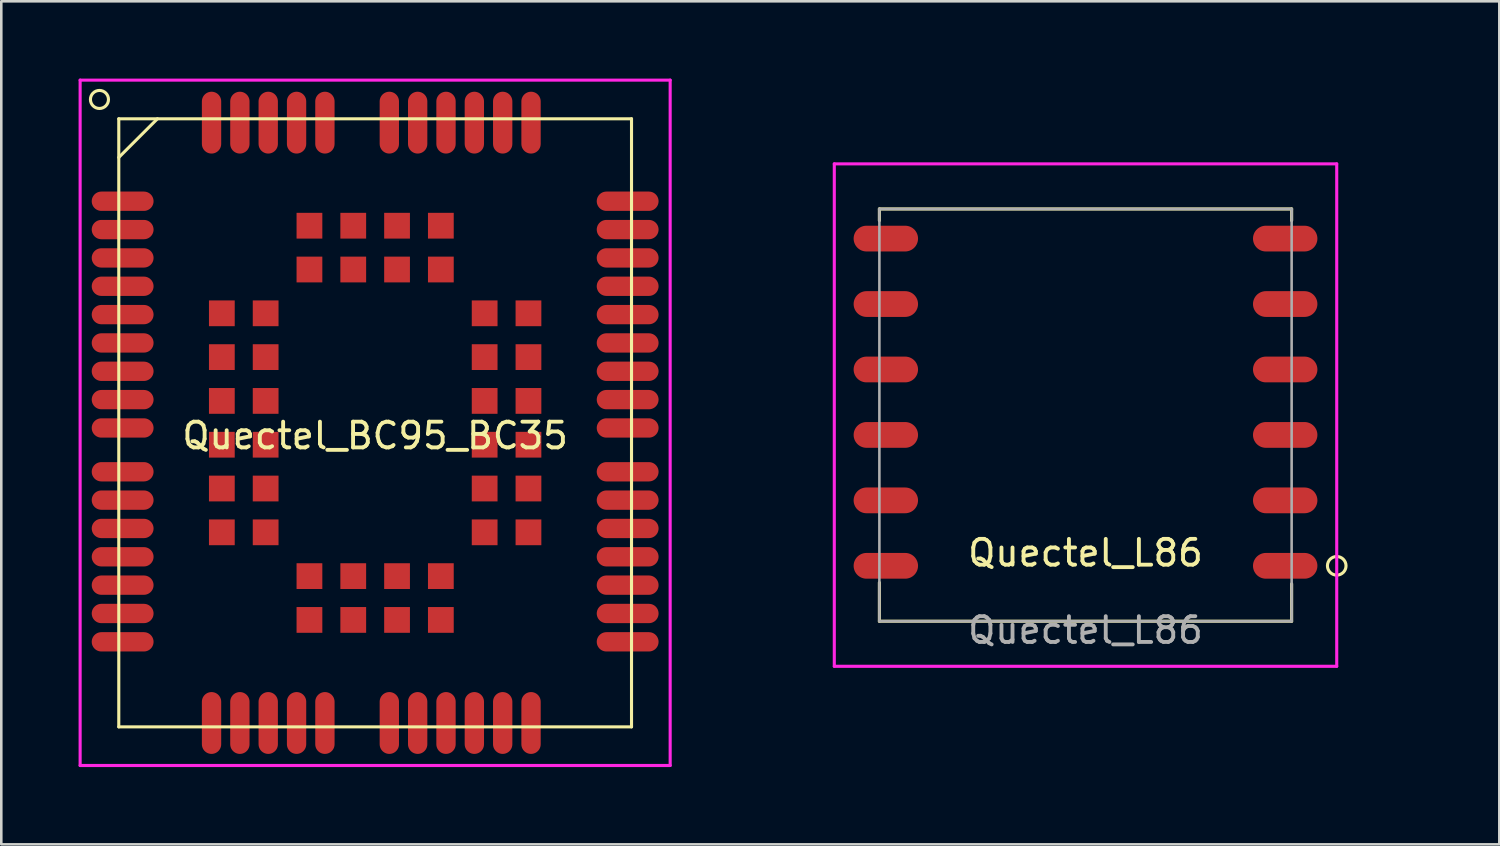
<source format=kicad_pcb>
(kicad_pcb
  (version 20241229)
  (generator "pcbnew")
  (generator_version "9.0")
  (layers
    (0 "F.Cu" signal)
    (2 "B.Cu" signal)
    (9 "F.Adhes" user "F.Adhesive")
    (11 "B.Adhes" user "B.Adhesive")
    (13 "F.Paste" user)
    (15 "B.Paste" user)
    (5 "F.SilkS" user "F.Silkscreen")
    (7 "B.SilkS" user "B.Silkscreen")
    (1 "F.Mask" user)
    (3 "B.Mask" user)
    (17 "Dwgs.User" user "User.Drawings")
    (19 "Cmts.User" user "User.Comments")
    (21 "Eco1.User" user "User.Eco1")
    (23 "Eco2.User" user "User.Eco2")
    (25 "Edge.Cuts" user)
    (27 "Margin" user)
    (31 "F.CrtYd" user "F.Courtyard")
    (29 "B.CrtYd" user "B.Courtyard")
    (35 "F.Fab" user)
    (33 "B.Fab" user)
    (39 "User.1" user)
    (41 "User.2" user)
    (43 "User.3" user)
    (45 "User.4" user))
  (footprint "Quectel_BC95_BC35"
    (layer "F.Cu")
    (at 11.51 13.36)
    (property "Reference" "Quectel_BC95_BC35" (at 0 0.5 0) (unlocked yes) (layer "F.SilkS") (effects (font (size 1 1) (thickness 0.15))))
    (attr through_hole)
    (fp_line (start -9.95 -11.8) (end 9.95 -11.8) (stroke (width 0.12) (type solid)) (layer "F.SilkS"))
    (fp_line (start -9.95 11.8) (end -9.95 -11.8) (stroke (width 0.12) (type solid)) (layer "F.SilkS"))
    (fp_line (start -8.45 -11.8) (end -9.95 -10.3) (stroke (width 0.12) (type solid)) (layer "F.SilkS"))
    (fp_line (start 9.95 -11.8) (end 9.95 11.8) (stroke (width 0.12) (type solid)) (layer "F.SilkS"))
    (fp_line (start 9.95 11.8) (end -9.95 11.8) (stroke (width 0.12) (type solid)) (layer "F.SilkS"))
    (fp_circle (center -10.7 -12.55) (end -10.35 -12.55) (stroke (width 0.12) (type solid)) (fill no) (layer "F.SilkS"))
    (fp_line (start -11.45 -13.3) (end -11.45 13.3) (stroke (width 0.12) (type solid)) (layer "F.CrtYd"))
    (fp_line (start -11.45 13.3) (end 11.45 13.3) (stroke (width 0.12) (type solid)) (layer "F.CrtYd"))
    (fp_line (start 11.45 -13.3) (end -11.45 -13.3) (stroke (width 0.12) (type solid)) (layer "F.CrtYd"))
    (fp_line (start 11.45 13.3) (end 11.45 -13.3) (stroke (width 0.12) (type solid)) (layer "F.CrtYd"))
    (pad "1" smd oval (at -9.8 -8.6) (size 2.4 0.75) (layers "F.Cu" "F.Mask" "F.Paste"))
    (pad "2" smd oval (at -9.8 -7.5) (size 2.4 0.75) (layers "F.Cu" "F.Mask" "F.Paste"))
    (pad "3" smd oval (at -9.8 -6.4) (size 2.4 0.75) (layers "F.Cu" "F.Mask" "F.Paste"))
    (pad "4" smd oval (at -9.8 -5.3) (size 2.4 0.75) (layers "F.Cu" "F.Mask" "F.Paste"))
    (pad "5" smd oval (at -9.8 -4.2) (size 2.4 0.75) (layers "F.Cu" "F.Mask" "F.Paste"))
    (pad "6" smd oval (at -9.8 -3.1) (size 2.4 0.75) (layers "F.Cu" "F.Mask" "F.Paste"))
    (pad "7" smd oval (at -9.8 -2) (size 2.4 0.75) (layers "F.Cu" "F.Mask" "F.Paste"))
    (pad "8" smd oval (at -9.8 -0.9) (size 2.4 0.75) (layers "F.Cu" "F.Mask" "F.Paste"))
    (pad "9" smd oval (at -9.8 0.2) (size 2.4 0.75) (layers "F.Cu" "F.Mask" "F.Paste"))
    (pad "10" smd oval (at -9.8 1.9) (size 2.4 0.75) (layers "F.Cu" "F.Mask" "F.Paste"))
    (pad "11" smd oval (at -9.8 3) (size 2.4 0.75) (layers "F.Cu" "F.Mask" "F.Paste"))
    (pad "12" smd oval (at -9.8 4.1) (size 2.4 0.75) (layers "F.Cu" "F.Mask" "F.Paste"))
    (pad "13" smd oval (at -9.8 5.2) (size 2.4 0.75) (layers "F.Cu" "F.Mask" "F.Paste"))
    (pad "14" smd oval (at -9.8 6.3) (size 2.4 0.75) (layers "F.Cu" "F.Mask" "F.Paste"))
    (pad "15" smd oval (at -9.8 7.4) (size 2.4 0.75) (layers "F.Cu" "F.Mask" "F.Paste"))
    (pad "16" smd oval (at -9.8 8.5) (size 2.4 0.75) (layers "F.Cu" "F.Mask" "F.Paste"))
    (pad "17" smd oval (at -6.35 11.65 90) (size 2.4 0.75) (layers "F.Cu" "F.Mask" "F.Paste"))
    (pad "18" smd oval (at -5.25 11.65 90) (size 2.4 0.75) (layers "F.Cu" "F.Mask" "F.Paste"))
    (pad "19" smd oval (at -4.15 11.65 90) (size 2.4 0.75) (layers "F.Cu" "F.Mask" "F.Paste"))
    (pad "20" smd oval (at -3.05 11.65 90) (size 2.4 0.75) (layers "F.Cu" "F.Mask" "F.Paste"))
    (pad "21" smd oval (at -1.95 11.65 90) (size 2.4 0.75) (layers "F.Cu" "F.Mask" "F.Paste"))
    (pad "22" smd oval (at 0.55 11.65 90) (size 2.4 0.75) (layers "F.Cu" "F.Mask" "F.Paste"))
    (pad "23" smd oval (at 1.65 11.65 90) (size 2.4 0.75) (layers "F.Cu" "F.Mask" "F.Paste"))
    (pad "24" smd oval (at 2.75 11.65 90) (size 2.4 0.75) (layers "F.Cu" "F.Mask" "F.Paste"))
    (pad "25" smd oval (at 3.85 11.65 90) (size 2.4 0.75) (layers "F.Cu" "F.Mask" "F.Paste"))
    (pad "26" smd oval (at 4.95 11.65 90) (size 2.4 0.75) (layers "F.Cu" "F.Mask" "F.Paste"))
    (pad "27" smd oval (at 6.05 11.65 90) (size 2.4 0.75) (layers "F.Cu" "F.Mask" "F.Paste"))
    (pad "28" smd oval (at 9.8 8.5) (size 2.4 0.75) (layers "F.Cu" "F.Mask" "F.Paste"))
    (pad "29" smd oval (at 9.8 7.4) (size 2.4 0.75) (layers "F.Cu" "F.Mask" "F.Paste"))
    (pad "30" smd oval (at 9.8 6.3) (size 2.4 0.75) (layers "F.Cu" "F.Mask" "F.Paste"))
    (pad "31" smd oval (at 9.8 5.2) (size 2.4 0.75) (layers "F.Cu" "F.Mask" "F.Paste"))
    (pad "32" smd oval (at 9.8 4.1) (size 2.4 0.75) (layers "F.Cu" "F.Mask" "F.Paste"))
    (pad "33" smd oval (at 9.8 3) (size 2.4 0.75) (layers "F.Cu" "F.Mask" "F.Paste"))
    (pad "34" smd oval (at 9.8 1.9) (size 2.4 0.75) (layers "F.Cu" "F.Mask" "F.Paste"))
    (pad "35" smd oval (at 9.8 0.2) (size 2.4 0.75) (layers "F.Cu" "F.Mask" "F.Paste"))
    (pad "36" smd oval (at 9.8 -0.9) (size 2.4 0.75) (layers "F.Cu" "F.Mask" "F.Paste"))
    (pad "37" smd oval (at 9.8 -2) (size 2.4 0.75) (layers "F.Cu" "F.Mask" "F.Paste"))
    (pad "38" smd oval (at 9.8 -3.1) (size 2.4 0.75) (layers "F.Cu" "F.Mask" "F.Paste"))
    (pad "39" smd oval (at 9.8 -4.2) (size 2.4 0.75) (layers "F.Cu" "F.Mask" "F.Paste"))
    (pad "40" smd oval (at 9.8 -5.3) (size 2.4 0.75) (layers "F.Cu" "F.Mask" "F.Paste"))
    (pad "41" smd oval (at 9.8 -6.4) (size 2.4 0.75) (layers "F.Cu" "F.Mask" "F.Paste"))
    (pad "42" smd oval (at 9.8 -7.5) (size 2.4 0.75) (layers "F.Cu" "F.Mask" "F.Paste"))
    (pad "43" smd oval (at 9.8 -8.6) (size 2.4 0.75) (layers "F.Cu" "F.Mask" "F.Paste"))
    (pad "44" smd oval (at 6.05 -11.65 90) (size 2.4 0.75) (layers "F.Cu" "F.Mask" "F.Paste"))
    (pad "45" smd oval (at 4.95 -11.65 90) (size 2.4 0.75) (layers "F.Cu" "F.Mask" "F.Paste"))
    (pad "46" smd oval (at 3.85 -11.65 90) (size 2.4 0.75) (layers "F.Cu" "F.Mask" "F.Paste"))
    (pad "47" smd oval (at 2.75 -11.65 90) (size 2.4 0.75) (layers "F.Cu" "F.Mask" "F.Paste"))
    (pad "48" smd oval (at 1.65 -11.65 90) (size 2.4 0.75) (layers "F.Cu" "F.Mask" "F.Paste"))
    (pad "49" smd oval (at 0.55 -11.65 90) (size 2.4 0.75) (layers "F.Cu" "F.Mask" "F.Paste"))
    (pad "50" smd oval (at -1.95 -11.65 90) (size 2.4 0.75) (layers "F.Cu" "F.Mask" "F.Paste"))
    (pad "51" smd oval (at -3.05 -11.65 90) (size 2.4 0.75) (layers "F.Cu" "F.Mask" "F.Paste"))
    (pad "52" smd oval (at -4.15 -11.65 90) (size 2.4 0.75) (layers "F.Cu" "F.Mask" "F.Paste"))
    (pad "53" smd oval (at -5.25 -11.65 90) (size 2.4 0.75) (layers "F.Cu" "F.Mask" "F.Paste"))
    (pad "54" smd oval (at -6.35 -11.65 90) (size 2.4 0.75) (layers "F.Cu" "F.Mask" "F.Paste"))
    (pad "55" smd rect (at -5.95 -4.25) (size 1 1) (layers "F.Cu" "F.Mask" "F.Paste"))
    (pad "56" smd rect (at -5.95 -2.55) (size 1 1) (layers "F.Cu" "F.Mask" "F.Paste"))
    (pad "57" smd rect (at -5.95 -0.85) (size 1 1) (layers "F.Cu" "F.Mask" "F.Paste"))
    (pad "58" smd rect (at -5.95 0.85) (size 1 1) (layers "F.Cu" "F.Mask" "F.Paste"))
    (pad "59" smd rect (at -5.95 2.55) (size 1 1) (layers "F.Cu" "F.Mask" "F.Paste"))
    (pad "60" smd rect (at -5.95 4.25) (size 1 1) (layers "F.Cu" "F.Mask" "F.Paste"))
    (pad "61" smd rect (at -2.55 7.65 270) (size 1 1) (layers "F.Cu" "F.Mask" "F.Paste"))
    (pad "62" smd rect (at -0.85 7.65 270) (size 1 1) (layers "F.Cu" "F.Mask" "F.Paste"))
    (pad "63" smd rect (at 0.85 7.65 270) (size 1 1) (layers "F.Cu" "F.Mask" "F.Paste"))
    (pad "64" smd rect (at 2.55 7.65 270) (size 1 1) (layers "F.Cu" "F.Mask" "F.Paste"))
    (pad "65" smd rect (at 5.95 4.25 180) (size 1 1) (layers "F.Cu" "F.Mask" "F.Paste"))
    (pad "66" smd rect (at 5.95 2.55 180) (size 1 1) (layers "F.Cu" "F.Mask" "F.Paste"))
    (pad "67" smd rect (at 5.95 0.85 180) (size 1 1) (layers "F.Cu" "F.Mask" "F.Paste"))
    (pad "68" smd rect (at 5.95 -0.85 180) (size 1 1) (layers "F.Cu" "F.Mask" "F.Paste"))
    (pad "69" smd rect (at 5.95 -2.55 180) (size 1 1) (layers "F.Cu" "F.Mask" "F.Paste"))
    (pad "70" smd rect (at 5.95 -4.25 180) (size 1 1) (layers "F.Cu" "F.Mask" "F.Paste"))
    (pad "71" smd rect (at 2.55 -7.65 90) (size 1 1) (layers "F.Cu" "F.Mask" "F.Paste"))
    (pad "72" smd rect (at 0.85 -7.65 90) (size 1 1) (layers "F.Cu" "F.Mask" "F.Paste"))
    (pad "73" smd rect (at -0.85 -7.65 90) (size 1 1) (layers "F.Cu" "F.Mask" "F.Paste"))
    (pad "74" smd rect (at -2.55 -7.65 90) (size 1 1) (layers "F.Cu" "F.Mask" "F.Paste"))
    (pad "75" smd rect (at -4.25 -4.25) (size 1 1) (layers "F.Cu" "F.Mask" "F.Paste"))
    (pad "76" smd rect (at -4.25 -2.55) (size 1 1) (layers "F.Cu" "F.Mask" "F.Paste"))
    (pad "77" smd rect (at -4.25 -0.85) (size 1 1) (layers "F.Cu" "F.Mask" "F.Paste"))
    (pad "78" smd rect (at -4.25 0.85) (size 1 1) (layers "F.Cu" "F.Mask" "F.Paste"))
    (pad "79" smd rect (at -4.25 2.55) (size 1 1) (layers "F.Cu" "F.Mask" "F.Paste"))
    (pad "80" smd rect (at -4.25 4.25) (size 1 1) (layers "F.Cu" "F.Mask" "F.Paste"))
    (pad "81" smd rect (at -2.55 5.95 270) (size 1 1) (layers "F.Cu" "F.Mask" "F.Paste"))
    (pad "82" smd rect (at -0.85 5.95 270) (size 1 1) (layers "F.Cu" "F.Mask" "F.Paste"))
    (pad "83" smd rect (at 0.85 5.95 270) (size 1 1) (layers "F.Cu" "F.Mask" "F.Paste"))
    (pad "84" smd rect (at 2.55 5.95 270) (size 1 1) (layers "F.Cu" "F.Mask" "F.Paste"))
    (pad "85" smd rect (at 4.25 4.25 180) (size 1 1) (layers "F.Cu" "F.Mask" "F.Paste"))
    (pad "86" smd rect (at 4.25 2.55 180) (size 1 1) (layers "F.Cu" "F.Mask" "F.Paste"))
    (pad "87" smd rect (at 4.25 0.85 180) (size 1 1) (layers "F.Cu" "F.Mask" "F.Paste"))
    (pad "88" smd rect (at 4.25 -0.85 180) (size 1 1) (layers "F.Cu" "F.Mask" "F.Paste"))
    (pad "89" smd rect (at 4.25 -2.55 180) (size 1 1) (layers "F.Cu" "F.Mask" "F.Paste"))
    (pad "90" smd rect (at 4.25 -4.25 180) (size 1 1) (layers "F.Cu" "F.Mask" "F.Paste"))
    (pad "91" smd rect (at 2.55 -5.95 90) (size 1 1) (layers "F.Cu" "F.Mask" "F.Paste"))
    (pad "92" smd rect (at 0.85 -5.95 90) (size 1 1) (layers "F.Cu" "F.Mask" "F.Paste"))
    (pad "93" smd rect (at -0.85 -5.95 90) (size 1 1) (layers "F.Cu" "F.Mask" "F.Paste"))
    (pad "94" smd rect (at -2.55 -5.95 90) (size 1 1) (layers "F.Cu" "F.Mask" "F.Paste")))
  (footprint "Quectel_L86"
    (layer "F.Cu")
    (at 39.08 18.91)
    (property "Reference" "Quectel_L86" (at 0 -0.5 0) (unlocked yes) (layer "F.SilkS") (effects (font (size 1 1) (thickness 0.15))))
    (attr smd)
    (fp_line (start -8 -13.85) (end 8 -13.85) (stroke (width 0.12) (type solid)) (layer "F.SilkS"))
    (fp_line (start -8 -13.4) (end -8 -13.85) (stroke (width 0.12) (type solid)) (layer "F.SilkS"))
    (fp_line (start -8 0.65) (end -8 2.15) (stroke (width 0.12) (type solid)) (layer "F.SilkS"))
    (fp_line (start -8 2.15) (end 8 2.15) (stroke (width 0.12) (type solid)) (layer "F.SilkS"))
    (fp_line (start 8 -13.85) (end 8 -13.4) (stroke (width 0.12) (type solid)) (layer "F.SilkS"))
    (fp_line (start 8 2.15) (end 8 0.7) (stroke (width 0.12) (type solid)) (layer "F.SilkS"))
    (fp_circle (center 9.75 0) (end 9.95 0.3) (stroke (width 0.12) (type solid)) (fill no) (layer "F.SilkS"))
    (fp_line (start -13 -18.85) (end -13 7.15) (stroke (width 0.12) (type solid)) (layer "Eco2.User"))
    (fp_line (start -13 -18.85) (end 13 -18.85) (stroke (width 0.12) (type solid)) (layer "Eco2.User"))
    (fp_line (start -13 7.15) (end 13 7.15) (stroke (width 0.12) (type solid)) (layer "Eco2.User"))
    (fp_line (start 13 -18.85) (end 13 7.15) (stroke (width 0.12) (type solid)) (layer "Eco2.User"))
    (fp_line (start -9.75 -15.6) (end -9.75 3.9) (stroke (width 0.12) (type solid)) (layer "F.CrtYd"))
    (fp_line (start -9.75 -15.6) (end 9.75 -15.6) (stroke (width 0.12) (type solid)) (layer "F.CrtYd"))
    (fp_line (start -9.75 3.9) (end 9.75 3.9) (stroke (width 0.12) (type solid)) (layer "F.CrtYd"))
    (fp_line (start 9.75 -15.6) (end 9.75 3.9) (stroke (width 0.12) (type solid)) (layer "F.CrtYd"))
    (fp_line (start -8 -13.85) (end -8 2.15) (stroke (width 0.1) (type solid)) (layer "F.Fab"))
    (fp_line (start -8 2.15) (end 8 2.15) (stroke (width 0.1) (type solid)) (layer "F.Fab"))
    (fp_line (start 8 -13.85) (end -8 -13.85) (stroke (width 0.1) (type solid)) (layer "F.Fab"))
    (fp_line (start 8 2.15) (end 8 -13.85) (stroke (width 0.1) (type solid)) (layer "F.Fab"))
    (fp_text user "board_border_out_of_this" (at -0.3 6.1 0) (unlocked yes) (layer "Eco2.User") (effects (font (size 1 1) (thickness 0.15))))
    (fp_text user "${REFERENCE}" (at 0 2.5 0) (unlocked yes) (layer "F.Fab") (effects (font (size 1 1) (thickness 0.15))))
    (pad "1" smd oval (at 7.75 0) (size 2.5 1) (layers "F.Cu" "F.Mask" "F.Paste"))
    (pad "2" smd oval (at 7.75 -2.54) (size 2.5 1) (layers "F.Cu" "F.Mask" "F.Paste"))
    (pad "3" smd oval (at 7.75 -5.08) (size 2.5 1) (layers "F.Cu" "F.Mask" "F.Paste"))
    (pad "4" smd oval (at 7.75 -7.62) (size 2.5 1) (layers "F.Cu" "F.Mask" "F.Paste"))
    (pad "5" smd oval (at 7.75 -10.16) (size 2.5 1) (layers "F.Cu" "F.Mask" "F.Paste"))
    (pad "6" smd oval (at 7.75 -12.7) (size 2.5 1) (layers "F.Cu" "F.Mask" "F.Paste"))
    (pad "7" smd oval (at -7.75 -12.7) (size 2.5 1) (layers "F.Cu" "F.Mask" "F.Paste"))
    (pad "8" smd oval (at -7.75 -10.16) (size 2.5 1) (layers "F.Cu" "F.Mask" "F.Paste"))
    (pad "9" smd oval (at -7.75 -7.62) (size 2.5 1) (layers "F.Cu" "F.Mask" "F.Paste"))
    (pad "10" smd oval (at -7.75 -5.08) (size 2.5 1) (layers "F.Cu" "F.Mask" "F.Paste"))
    (pad "11" smd oval (at -7.75 -2.54) (size 2.5 1) (layers "F.Cu" "F.Mask" "F.Paste"))
    (pad "12" smd oval (at -7.75 0) (size 2.5 1) (layers "F.Cu" "F.Mask" "F.Paste")))
  (gr_rect
    (start -3 -3)
    (end 55.14 29.72)
    (stroke (width 0.1) (type default))
    (fill no)
    (layer "Edge.Cuts")))
</source>
